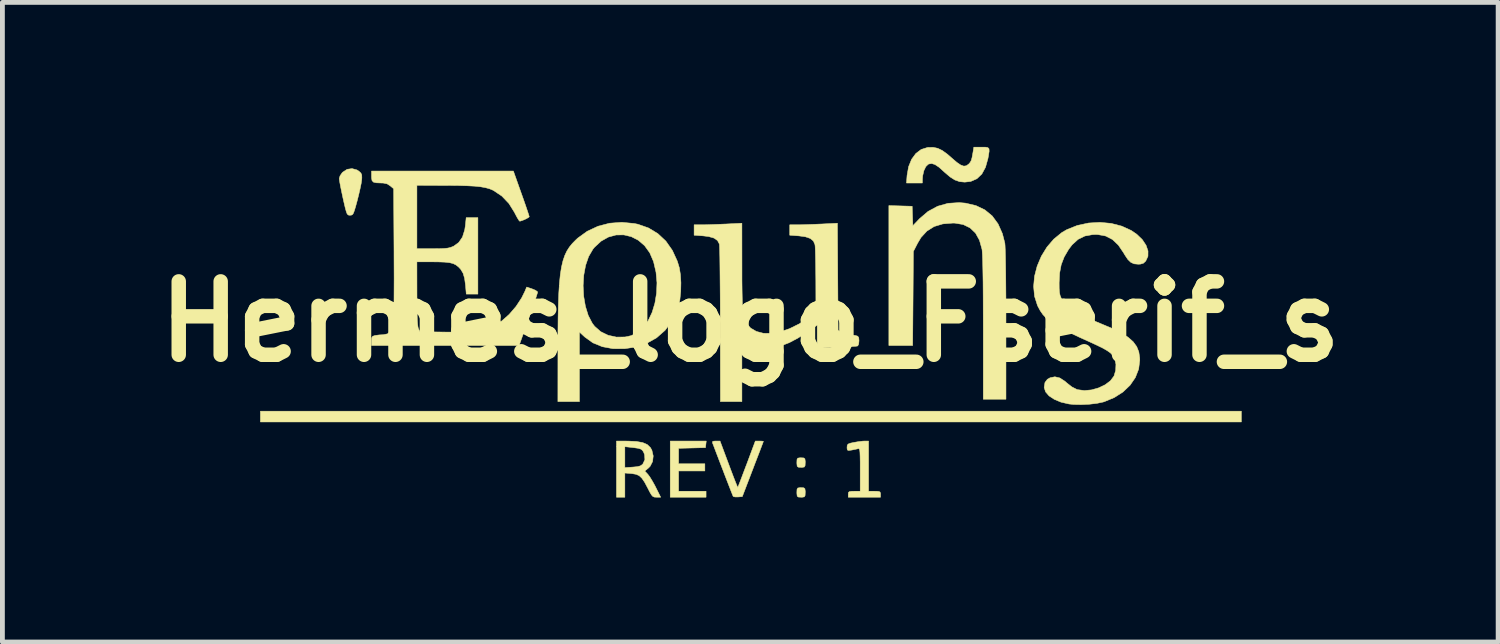
<source format=kicad_pcb>
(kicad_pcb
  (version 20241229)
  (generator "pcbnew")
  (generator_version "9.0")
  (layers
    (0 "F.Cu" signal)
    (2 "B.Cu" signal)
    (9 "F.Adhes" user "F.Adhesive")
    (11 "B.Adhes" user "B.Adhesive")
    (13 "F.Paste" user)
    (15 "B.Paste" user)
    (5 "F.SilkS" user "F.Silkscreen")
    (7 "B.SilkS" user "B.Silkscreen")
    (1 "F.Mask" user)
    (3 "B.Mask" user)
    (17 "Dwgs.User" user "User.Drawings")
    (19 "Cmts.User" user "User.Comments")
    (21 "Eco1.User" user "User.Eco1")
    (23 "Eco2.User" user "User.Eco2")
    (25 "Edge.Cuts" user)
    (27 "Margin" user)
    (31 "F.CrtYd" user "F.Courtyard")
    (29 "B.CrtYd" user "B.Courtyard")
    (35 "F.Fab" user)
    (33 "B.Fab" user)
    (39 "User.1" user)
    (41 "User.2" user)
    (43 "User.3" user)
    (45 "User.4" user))
  (footprint "Hermes_logo_Fserif_s"
    (layer "F.Cu")
    (at 12.526 3.626)
    (property "Reference" "Hermes_logo_Fserif_s" (at 0 0 0) (layer "F.SilkS") (effects (font (size 1.524 1.524) (thickness 0.3))))
    (attr through_hole)
    (fp_poly (pts (xy 10.195 2.084) (xy -10.17 2.084) (xy -10.17 1.86) (xy 10.195 1.86) (xy 10.195 2.084)) (stroke (width 0.01) (type solid)) (fill yes) (layer "F.SilkS"))
    (fp_poly (pts (xy -0.922 2.549) (xy -0.93 2.617) (xy -1.488 2.631) (xy -1.488 2.952) (xy -0.943 2.952) (xy -0.943 3.101) (xy -1.488 3.101) (xy -1.488 3.522) (xy -0.918 3.522) (xy -0.918 3.646) (xy -1.662 3.646) (xy -1.662 2.48) (xy -0.914 2.48) (xy -0.922 2.549)) (stroke (width 0.01) (type solid)) (fill yes) (layer "F.SilkS"))
    (fp_poly (pts (xy 1.11 2.831) (xy 1.134 2.849) (xy 1.141 2.898) (xy 1.141 2.927) (xy 1.138 2.99) (xy 1.122 3.019) (xy 1.08 3.026) (xy 1.054 3.026) (xy 0.999 3.023) (xy 0.974 3.005) (xy 0.968 2.956) (xy 0.967 2.927) (xy 0.97 2.863) (xy 0.986 2.835) (xy 1.029 2.828) (xy 1.054 2.828) (xy 1.11 2.831)) (stroke (width 0.01) (type solid)) (fill yes) (layer "F.SilkS"))
    (fp_poly (pts (xy 1.11 3.451) (xy 1.134 3.469) (xy 1.141 3.518) (xy 1.141 3.547) (xy 1.138 3.611) (xy 1.122 3.639) (xy 1.08 3.646) (xy 1.054 3.646) (xy 0.999 3.643) (xy 0.974 3.625) (xy 0.968 3.576) (xy 0.967 3.547) (xy 0.97 3.484) (xy 0.986 3.455) (xy 1.029 3.448) (xy 1.054 3.448) (xy 1.11 3.451)) (stroke (width 0.01) (type solid)) (fill yes) (layer "F.SilkS"))
    (fp_poly (pts (xy -8.165 -3.148) (xy -8.124 -3.121) (xy -8.084 -3.084) (xy -8.066 -3.044) (xy -8.064 -2.983) (xy -8.067 -2.942) (xy -8.078 -2.867) (xy -8.1 -2.76) (xy -8.129 -2.635) (xy -8.16 -2.511) (xy -8.194 -2.386) (xy -8.22 -2.301) (xy -8.24 -2.248) (xy -8.259 -2.221) (xy -8.282 -2.21) (xy -8.308 -2.208) (xy -8.335 -2.209) (xy -8.355 -2.219) (xy -8.373 -2.244) (xy -8.39 -2.292) (xy -8.411 -2.37) (xy -8.438 -2.485) (xy -8.455 -2.561) (xy -8.483 -2.692) (xy -8.507 -2.809) (xy -8.524 -2.902) (xy -8.533 -2.961) (xy -8.533 -2.972) (xy -8.516 -3.026) (xy -8.474 -3.088) (xy -8.46 -3.102) (xy -8.37 -3.161) (xy -8.267 -3.176) (xy -8.165 -3.148)) (stroke (width 0.01) (type solid)) (fill yes) (layer "F.SilkS"))
    (fp_poly (pts (xy 2.456 3.522) (xy 2.58 3.522) (xy 2.653 3.524) (xy 2.69 3.535) (xy 2.703 3.559) (xy 2.704 3.584) (xy 2.704 3.646) (xy 2.034 3.646) (xy 2.034 3.584) (xy 2.038 3.547) (xy 2.059 3.529) (xy 2.108 3.523) (xy 2.158 3.522) (xy 2.282 3.522) (xy 2.282 3.074) (xy 2.282 2.915) (xy 2.28 2.799) (xy 2.277 2.719) (xy 2.272 2.67) (xy 2.263 2.645) (xy 2.251 2.637) (xy 2.239 2.639) (xy 2.186 2.651) (xy 2.113 2.666) (xy 2.102 2.668) (xy 2.042 2.676) (xy 2.016 2.666) (xy 2.009 2.628) (xy 2.009 2.611) (xy 2.013 2.568) (xy 2.031 2.543) (xy 2.075 2.525) (xy 2.15 2.509) (xy 2.244 2.493) (xy 2.333 2.482) (xy 2.373 2.48) (xy 2.456 2.48) (xy 2.456 3.522)) (stroke (width 0.01) (type solid)) (fill yes) (layer "F.SilkS"))
    (fp_poly (pts (xy -0.447 2.965) (xy -0.393 3.109) (xy -0.345 3.235) (xy -0.305 3.337) (xy -0.276 3.408) (xy -0.261 3.441) (xy -0.259 3.443) (xy -0.249 3.418) (xy -0.224 3.354) (xy -0.187 3.258) (xy -0.141 3.136) (xy -0.088 2.996) (xy -0.073 2.958) (xy 0.105 2.48) (xy 0.189 2.48) (xy 0.245 2.482) (xy 0.272 2.486) (xy 0.272 2.487) (xy 0.264 2.511) (xy 0.24 2.574) (xy 0.203 2.672) (xy 0.155 2.797) (xy 0.099 2.942) (xy 0.053 3.063) (xy -0.166 3.634) (xy -0.254 3.641) (xy -0.316 3.641) (xy -0.353 3.631) (xy -0.355 3.629) (xy -0.367 3.601) (xy -0.394 3.533) (xy -0.433 3.433) (xy -0.482 3.307) (xy -0.538 3.162) (xy -0.566 3.088) (xy -0.625 2.935) (xy -0.678 2.796) (xy -0.723 2.678) (xy -0.757 2.588) (xy -0.778 2.535) (xy -0.782 2.524) (xy -0.786 2.494) (xy -0.758 2.482) (xy -0.714 2.48) (xy -0.628 2.48) (xy -0.447 2.965)) (stroke (width 0.01) (type solid)) (fill yes) (layer "F.SilkS"))
    (fp_poly (pts (xy -2.536 2.481) (xy -2.364 2.489) (xy -2.234 2.512) (xy -2.139 2.553) (xy -2.074 2.615) (xy -2.043 2.67) (xy -2.015 2.79) (xy -2.028 2.905) (xy -2.079 3.004) (xy -2.113 3.039) (xy -2.19 3.103) (xy -2.127 3.17) (xy -2.087 3.223) (xy -2.036 3.306) (xy -1.981 3.404) (xy -1.962 3.442) (xy -1.86 3.646) (xy -1.947 3.646) (xy -1.99 3.644) (xy -2.022 3.631) (xy -2.052 3.598) (xy -2.087 3.538) (xy -2.13 3.454) (xy -2.194 3.334) (xy -2.25 3.252) (xy -2.305 3.2) (xy -2.369 3.171) (xy -2.45 3.157) (xy -2.468 3.155) (xy -2.604 3.144) (xy -2.604 3.646) (xy -2.778 3.646) (xy -2.778 3.032) (xy -2.604 3.032) (xy -2.44 3.021) (xy -2.344 3.012) (xy -2.283 2.996) (xy -2.243 2.969) (xy -2.229 2.954) (xy -2.188 2.866) (xy -2.194 2.766) (xy -2.211 2.719) (xy -2.235 2.677) (xy -2.269 2.649) (xy -2.325 2.631) (xy -2.414 2.618) (xy -2.46 2.613) (xy -2.604 2.597) (xy -2.604 3.032) (xy -2.778 3.032) (xy -2.778 2.48) (xy -2.536 2.481)) (stroke (width 0.01) (type solid)) (fill yes) (layer "F.SilkS"))
    (fp_poly (pts (xy 4.882 -3.621) (xy 4.932 -3.612) (xy 4.956 -3.587) (xy 4.959 -3.537) (xy 4.946 -3.451) (xy 4.934 -3.385) (xy 4.883 -3.203) (xy 4.807 -3.063) (xy 4.704 -2.965) (xy 4.576 -2.909) (xy 4.452 -2.895) (xy 4.347 -2.905) (xy 4.249 -2.939) (xy 4.149 -3.002) (xy 4.034 -3.1) (xy 4.018 -3.115) (xy 3.916 -3.206) (xy 3.835 -3.26) (xy 3.768 -3.281) (xy 3.708 -3.272) (xy 3.694 -3.266) (xy 3.644 -3.217) (xy 3.604 -3.133) (xy 3.579 -3.026) (xy 3.574 -2.958) (xy 3.572 -2.877) (xy 3.243 -2.877) (xy 3.255 -3.036) (xy 3.287 -3.216) (xy 3.349 -3.369) (xy 3.437 -3.489) (xy 3.548 -3.573) (xy 3.678 -3.614) (xy 3.694 -3.616) (xy 3.798 -3.617) (xy 3.892 -3.597) (xy 3.987 -3.551) (xy 4.093 -3.474) (xy 4.181 -3.397) (xy 4.288 -3.305) (xy 4.369 -3.25) (xy 4.433 -3.227) (xy 4.487 -3.235) (xy 4.537 -3.272) (xy 4.539 -3.274) (xy 4.567 -3.307) (xy 4.588 -3.347) (xy 4.604 -3.406) (xy 4.621 -3.499) (xy 4.626 -3.528) (xy 4.641 -3.621) (xy 4.801 -3.621) (xy 4.882 -3.621)) (stroke (width 0.01) (type solid)) (fill yes) (layer "F.SilkS"))
    (fp_poly (pts (xy 4.467 -2.459) (xy 4.684 -2.408) (xy 4.87 -2.319) (xy 5.023 -2.193) (xy 5.144 -2.028) (xy 5.234 -1.826) (xy 5.285 -1.628) (xy 5.289 -1.582) (xy 5.293 -1.491) (xy 5.297 -1.359) (xy 5.3 -1.192) (xy 5.303 -0.993) (xy 5.305 -0.767) (xy 5.307 -0.52) (xy 5.308 -0.254) (xy 5.308 0.024) (xy 5.308 0.053) (xy 5.308 1.612) (xy 4.837 1.612) (xy 4.837 0.132) (xy 4.836 -0.228) (xy 4.835 -0.547) (xy 4.833 -0.822) (xy 4.829 -1.054) (xy 4.825 -1.241) (xy 4.82 -1.381) (xy 4.814 -1.473) (xy 4.81 -1.504) (xy 4.758 -1.689) (xy 4.676 -1.837) (xy 4.563 -1.945) (xy 4.42 -2.015) (xy 4.247 -2.044) (xy 4.207 -2.045) (xy 3.997 -2.028) (xy 3.818 -1.974) (xy 3.668 -1.88) (xy 3.545 -1.747) (xy 3.473 -1.626) (xy 3.386 -1.456) (xy 3.379 -0.48) (xy 3.371 0.496) (xy 2.877 0.496) (xy 2.877 -2.408) (xy 3.119 -2.401) (xy 3.361 -2.394) (xy 3.368 -2.192) (xy 3.375 -1.99) (xy 3.515 -2.137) (xy 3.691 -2.287) (xy 3.889 -2.394) (xy 4.105 -2.455) (xy 4.337 -2.47) (xy 4.467 -2.459)) (stroke (width 0.01) (type solid)) (fill yes) (layer "F.SilkS"))
    (fp_poly (pts (xy -2.409 -2.036) (xy -2.334 -2.021) (xy -2.114 -1.944) (xy -1.92 -1.827) (xy -1.753 -1.671) (xy -1.618 -1.479) (xy -1.515 -1.255) (xy -1.473 -1.117) (xy -1.45 -0.974) (xy -1.44 -0.806) (xy -1.444 -0.627) (xy -1.461 -0.456) (xy -1.491 -0.307) (xy -1.512 -0.24) (xy -1.625 -0.01) (xy -1.77 0.183) (xy -1.947 0.338) (xy -2.154 0.454) (xy -2.39 0.53) (xy -2.609 0.563) (xy -2.853 0.562) (xy -3.073 0.521) (xy -3.268 0.441) (xy -3.433 0.322) (xy -3.434 0.322) (xy -3.547 0.217) (xy -3.547 1.662) (xy -3.994 1.662) (xy -3.993 0.614) (xy -3.993 0.246) (xy -3.99 -0.075) (xy -3.984 -0.355) (xy -3.975 -0.597) (xy -3.965 -0.746) (xy -3.47 -0.746) (xy -3.459 -0.528) (xy -3.423 -0.318) (xy -3.364 -0.127) (xy -3.28 0.035) (xy -3.232 0.098) (xy -3.106 0.209) (xy -2.953 0.284) (xy -2.781 0.322) (xy -2.601 0.32) (xy -2.475 0.293) (xy -2.339 0.227) (xy -2.22 0.121) (xy -2.119 -0.021) (xy -2.038 -0.19) (xy -1.98 -0.382) (xy -1.946 -0.589) (xy -1.937 -0.805) (xy -1.957 -1.025) (xy -2.007 -1.24) (xy -2.008 -1.245) (xy -2.087 -1.428) (xy -2.194 -1.576) (xy -2.324 -1.688) (xy -2.47 -1.763) (xy -2.626 -1.8) (xy -2.787 -1.798) (xy -2.947 -1.754) (xy -3.098 -1.669) (xy -3.236 -1.541) (xy -3.268 -1.501) (xy -3.356 -1.35) (xy -3.419 -1.167) (xy -3.457 -0.962) (xy -3.47 -0.746) (xy -3.965 -0.746) (xy -3.961 -0.805) (xy -3.943 -0.982) (xy -3.919 -1.132) (xy -3.889 -1.26) (xy -3.852 -1.37) (xy -3.808 -1.464) (xy -3.755 -1.547) (xy -3.694 -1.622) (xy -3.623 -1.694) (xy -3.584 -1.731) (xy -3.385 -1.875) (xy -3.162 -1.979) (xy -2.921 -2.042) (xy -2.668 -2.061) (xy -2.409 -2.036)) (stroke (width 0.01) (type solid)) (fill yes) (layer "F.SilkS"))
    (fp_poly (pts (xy -0.173 -1.126) (xy -0.173 -0.855) (xy -0.17 -0.622) (xy -0.166 -0.429) (xy -0.161 -0.278) (xy -0.155 -0.172) (xy -0.147 -0.114) (xy -0.146 -0.112) (xy -0.086 0.028) (xy 0.006 0.134) (xy 0.127 0.205) (xy 0.272 0.243) (xy 0.438 0.245) (xy 0.62 0.214) (xy 0.815 0.147) (xy 1.019 0.046) (xy 1.221 -0.084) (xy 1.363 -0.186) (xy 1.361 -0.856) (xy 1.359 -1.037) (xy 1.357 -1.205) (xy 1.354 -1.352) (xy 1.351 -1.472) (xy 1.347 -1.556) (xy 1.343 -1.597) (xy 1.31 -1.673) (xy 1.245 -1.726) (xy 1.143 -1.761) (xy 1.009 -1.779) (xy 0.819 -1.793) (xy 0.819 -2.009) (xy 0.976 -2.009) (xy 1.062 -2.01) (xy 1.182 -2.014) (xy 1.321 -2.019) (xy 1.462 -2.025) (xy 1.471 -2.025) (xy 1.809 -2.042) (xy 1.816 -0.932) (xy 1.823 0.178) (xy 1.882 0.225) (xy 1.949 0.26) (xy 2.021 0.273) (xy 2.107 0.278) (xy 2.18 0.288) (xy 2.23 0.303) (xy 2.252 0.333) (xy 2.257 0.392) (xy 2.257 0.401) (xy 2.25 0.468) (xy 2.231 0.505) (xy 2.226 0.507) (xy 2.192 0.512) (xy 2.117 0.517) (xy 2.011 0.523) (xy 1.883 0.53) (xy 1.792 0.533) (xy 1.389 0.55) (xy 1.389 0.073) (xy 1.197 0.207) (xy 0.992 0.341) (xy 0.809 0.438) (xy 0.636 0.505) (xy 0.465 0.543) (xy 0.285 0.556) (xy 0.26 0.557) (xy 0.137 0.554) (xy 0.048 0.544) (xy -0.023 0.524) (xy -0.068 0.504) (xy -0.174 0.451) (xy -0.174 1.662) (xy -0.62 1.662) (xy -0.623 0.056) (xy -0.623 -0.223) (xy -0.624 -0.489) (xy -0.626 -0.737) (xy -0.628 -0.962) (xy -0.63 -1.161) (xy -0.632 -1.329) (xy -0.635 -1.462) (xy -0.638 -1.555) (xy -0.641 -1.604) (xy -0.642 -1.61) (xy -0.68 -1.682) (xy -0.752 -1.733) (xy -0.863 -1.765) (xy -0.975 -1.779) (xy -1.166 -1.793) (xy -1.166 -2.009) (xy -1.009 -2.009) (xy -0.923 -2.01) (xy -0.802 -2.014) (xy -0.664 -2.019) (xy -0.522 -2.025) (xy -0.512 -2.025) (xy -0.174 -2.042) (xy -0.173 -1.126)) (stroke (width 0.01) (type solid)) (fill yes) (layer "F.SilkS"))
    (fp_poly (pts (xy 7.493 -2.038) (xy 7.713 -1.981) (xy 7.911 -1.89) (xy 8.024 -1.812) (xy 8.139 -1.701) (xy 8.217 -1.583) (xy 8.257 -1.466) (xy 8.256 -1.356) (xy 8.211 -1.259) (xy 8.209 -1.256) (xy 8.161 -1.211) (xy 8.099 -1.193) (xy 8.053 -1.191) (xy 7.968 -1.199) (xy 7.9 -1.23) (xy 7.838 -1.29) (xy 7.773 -1.387) (xy 7.751 -1.426) (xy 7.641 -1.588) (xy 7.517 -1.705) (xy 7.376 -1.777) (xy 7.213 -1.807) (xy 7.11 -1.806) (xy 6.947 -1.777) (xy 6.806 -1.708) (xy 6.682 -1.595) (xy 6.609 -1.499) (xy 6.516 -1.34) (xy 6.455 -1.181) (xy 6.422 -1.007) (xy 6.412 -0.806) (xy 6.413 -0.688) (xy 6.419 -0.606) (xy 6.431 -0.545) (xy 6.453 -0.491) (xy 6.479 -0.445) (xy 6.537 -0.365) (xy 6.62 -0.289) (xy 6.732 -0.212) (xy 6.877 -0.132) (xy 7.061 -0.047) (xy 7.288 0.048) (xy 7.293 0.05) (xy 7.521 0.146) (xy 7.703 0.237) (xy 7.845 0.327) (xy 7.95 0.42) (xy 8.022 0.519) (xy 8.066 0.628) (xy 8.084 0.751) (xy 8.086 0.799) (xy 8.063 0.986) (xy 7.994 1.162) (xy 7.884 1.322) (xy 7.737 1.462) (xy 7.557 1.577) (xy 7.347 1.664) (xy 7.322 1.671) (xy 7.195 1.698) (xy 7.039 1.716) (xy 6.873 1.724) (xy 6.717 1.721) (xy 6.617 1.711) (xy 6.452 1.673) (xy 6.312 1.615) (xy 6.203 1.543) (xy 6.131 1.46) (xy 6.102 1.371) (xy 6.102 1.361) (xy 6.118 1.264) (xy 6.168 1.198) (xy 6.225 1.166) (xy 6.324 1.146) (xy 6.425 1.17) (xy 6.532 1.239) (xy 6.574 1.276) (xy 6.676 1.356) (xy 6.776 1.407) (xy 6.798 1.414) (xy 6.937 1.432) (xy 7.085 1.418) (xy 7.233 1.376) (xy 7.367 1.312) (xy 7.477 1.229) (xy 7.55 1.132) (xy 7.552 1.128) (xy 7.586 1.012) (xy 7.591 0.886) (xy 7.566 0.772) (xy 7.555 0.749) (xy 7.523 0.698) (xy 7.476 0.65) (xy 7.408 0.602) (xy 7.313 0.548) (xy 7.183 0.485) (xy 7.075 0.435) (xy 6.832 0.325) (xy 6.63 0.229) (xy 6.465 0.144) (xy 6.331 0.068) (xy 6.225 -0.004) (xy 6.141 -0.075) (xy 6.074 -0.147) (xy 6.02 -0.225) (xy 5.973 -0.312) (xy 5.961 -0.338) (xy 5.901 -0.526) (xy 5.882 -0.73) (xy 5.901 -0.941) (xy 5.956 -1.152) (xy 6.042 -1.356) (xy 6.158 -1.545) (xy 6.3 -1.711) (xy 6.466 -1.847) (xy 6.572 -1.909) (xy 6.79 -1.996) (xy 7.023 -2.046) (xy 7.26 -2.06) (xy 7.493 -2.038)) (stroke (width 0.01) (type solid)) (fill yes) (layer "F.SilkS"))
    (fp_poly (pts (xy -4.753 -2.66) (xy -4.702 -2.517) (xy -4.658 -2.39) (xy -4.623 -2.286) (xy -4.599 -2.213) (xy -4.589 -2.179) (xy -4.588 -2.177) (xy -4.609 -2.158) (xy -4.658 -2.131) (xy -4.717 -2.105) (xy -4.769 -2.087) (xy -4.787 -2.084) (xy -4.805 -2.104) (xy -4.839 -2.159) (xy -4.881 -2.238) (xy -4.896 -2.268) (xy -5.011 -2.452) (xy -5.157 -2.605) (xy -5.327 -2.719) (xy -5.346 -2.729) (xy -5.416 -2.758) (xy -5.497 -2.78) (xy -5.596 -2.798) (xy -5.719 -2.811) (xy -5.871 -2.819) (xy -6.06 -2.825) (xy -6.29 -2.827) (xy -6.356 -2.827) (xy -6.921 -2.828) (xy -6.921 -1.513) (xy -6.593 -1.513) (xy -6.453 -1.514) (xy -6.351 -1.518) (xy -6.277 -1.526) (xy -6.22 -1.54) (xy -6.168 -1.561) (xy -6.159 -1.565) (xy -6.052 -1.642) (xy -5.975 -1.754) (xy -5.928 -1.904) (xy -5.915 -1.991) (xy -5.898 -2.158) (xy -5.655 -2.158) (xy -5.655 -0.571) (xy -5.896 -0.571) (xy -5.912 -0.757) (xy -5.931 -0.898) (xy -5.962 -1.003) (xy -6.011 -1.085) (xy -6.056 -1.133) (xy -6.108 -1.174) (xy -6.167 -1.204) (xy -6.242 -1.223) (xy -6.343 -1.234) (xy -6.479 -1.239) (xy -6.587 -1.24) (xy -6.921 -1.24) (xy -6.92 -0.577) (xy -6.919 -0.355) (xy -6.917 -0.179) (xy -6.913 -0.044) (xy -6.906 0.053) (xy -6.898 0.116) (xy -6.888 0.149) (xy -6.857 0.211) (xy -6.331 0.218) (xy -6.097 0.218) (xy -5.905 0.214) (xy -5.746 0.203) (xy -5.614 0.184) (xy -5.499 0.157) (xy -5.395 0.121) (xy -5.315 0.085) (xy -5.159 -0.013) (xy -5.005 -0.149) (xy -4.864 -0.313) (xy -4.746 -0.492) (xy -4.679 -0.628) (xy -4.642 -0.717) (xy -4.529 -0.679) (xy -4.462 -0.651) (xy -4.421 -0.623) (xy -4.415 -0.612) (xy -4.423 -0.581) (xy -4.445 -0.511) (xy -4.48 -0.407) (xy -4.524 -0.278) (xy -4.576 -0.131) (xy -4.607 -0.043) (xy -4.799 0.496) (xy -7.863 0.496) (xy -7.863 0.4) (xy -7.859 0.336) (xy -7.839 0.305) (xy -7.791 0.289) (xy -7.786 0.288) (xy -7.702 0.277) (xy -7.623 0.273) (xy -7.532 0.255) (xy -7.466 0.199) (xy -7.423 0.102) (xy -7.405 -0.003) (xy -7.402 -0.058) (xy -7.399 -0.158) (xy -7.397 -0.296) (xy -7.396 -0.469) (xy -7.395 -0.669) (xy -7.394 -0.892) (xy -7.395 -1.132) (xy -7.396 -1.384) (xy -7.396 -1.459) (xy -7.404 -2.758) (xy -7.474 -2.817) (xy -7.539 -2.859) (xy -7.62 -2.876) (xy -7.664 -2.877) (xy -7.763 -2.881) (xy -7.823 -2.895) (xy -7.853 -2.927) (xy -7.862 -2.984) (xy -7.863 -3.016) (xy -7.863 -3.125) (xy -4.918 -3.125) (xy -4.753 -2.66)) (stroke (width 0.01) (type solid)) (fill yes) (layer "F.SilkS")))
  (gr_rect
    (start -3 -3)
    (end 28.052 10.278)
    (stroke (width 0.1) (type default))
    (fill no)
    (layer "Edge.Cuts")))
</source>
